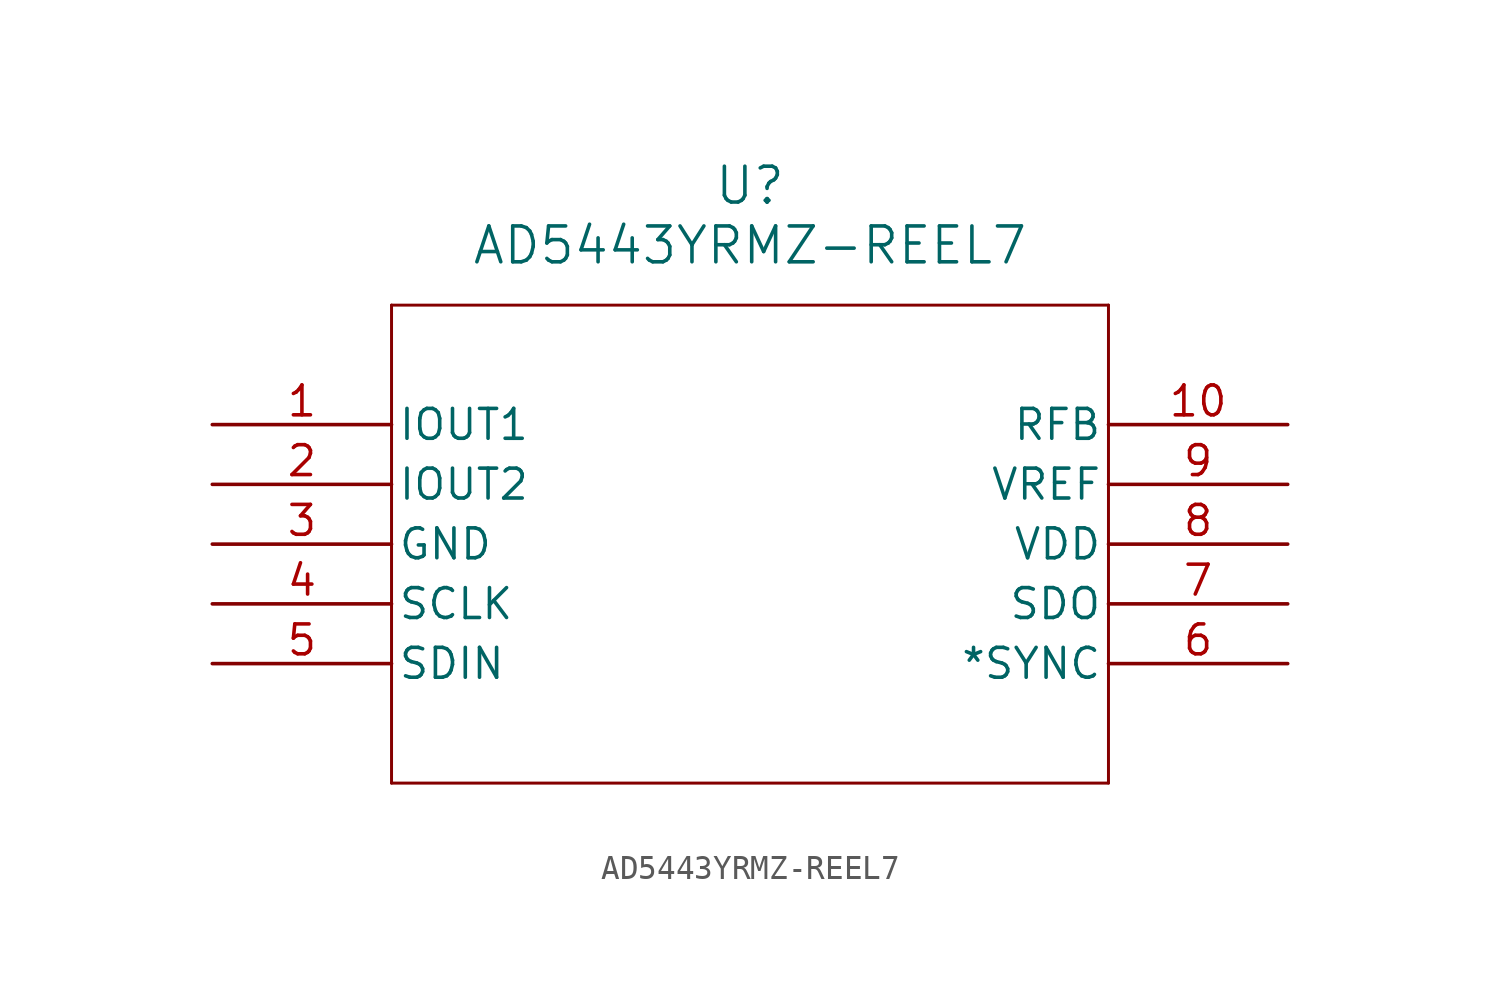
<source format=kicad_sym>
(kicad_symbol_lib
  (version 20211014)
  (generator kicad_symbol_editor)
  (symbol "AD5443YRMZ-REEL7"
    (pin_names
      (offset 0.254))
    (property "Reference" "U"
      (at 22.86 10.16 0)
      (effects (font (size 1.524 1.524))))
    (property "Value" "AD5443YRMZ-REEL7"
      (at 22.86 7.62 0)
      (effects (font (size 1.524 1.524))))
    (symbol "AD5443YRMZ-REEL7_0_1"
      (polyline (pts (xy 7.62 5.08) (xy 7.62 -15.24)) (stroke (width 0.127) (type default) (color 0 0 0 0)) (fill (type none)))
      (polyline (pts (xy 7.62 -15.24) (xy 38.1 -15.24)) (stroke (width 0.127) (type default) (color 0 0 0 0)) (fill (type none)))
      (polyline (pts (xy 38.1 -15.24) (xy 38.1 5.08)) (stroke (width 0.127) (type default) (color 0 0 0 0)) (fill (type none)))
      (polyline (pts (xy 38.1 5.08) (xy 7.62 5.08)) (stroke (width 0.127) (type default) (color 0 0 0 0)) (fill (type none)))
      (pin output line (at 0 0 0) (length 7.62) (name "IOUT1" (effects (font (size 1.27 1.27)))) (number "1" (effects (font (size 1.27 1.27)))))
      (pin output line (at 0 -2.54 0) (length 7.62) (name "IOUT2" (effects (font (size 1.27 1.27)))) (number "2" (effects (font (size 1.27 1.27)))))
      (pin power_out line (at 0 -5.08 0) (length 7.62) (name "GND" (effects (font (size 1.27 1.27)))) (number "3" (effects (font (size 1.27 1.27)))))
      (pin input line (at 0 -7.62 0) (length 7.62) (name "SCLK" (effects (font (size 1.27 1.27)))) (number "4" (effects (font (size 1.27 1.27)))))
      (pin input line (at 0 -10.16 0) (length 7.62) (name "SDIN" (effects (font (size 1.27 1.27)))) (number "5" (effects (font (size 1.27 1.27)))))
      (pin input line (at 45.72 -10.16 180) (length 7.62) (name "*SYNC" (effects (font (size 1.27 1.27)))) (number "6" (effects (font (size 1.27 1.27)))))
      (pin output line (at 45.72 -7.62 180) (length 7.62) (name "SDO" (effects (font (size 1.27 1.27)))) (number "7" (effects (font (size 1.27 1.27)))))
      (pin power_in line (at 45.72 -5.08 180) (length 7.62) (name "VDD" (effects (font (size 1.27 1.27)))) (number "8" (effects (font (size 1.27 1.27)))))
      (pin power_in line (at 45.72 -2.54 180) (length 7.62) (name "VREF" (effects (font (size 1.27 1.27)))) (number "9" (effects (font (size 1.27 1.27)))))
      (pin unspecified line (at 45.72 0 180) (length 7.62) (name "RFB" (effects (font (size 1.27 1.27)))) (number "10" (effects (font (size 1.27 1.27))))))))
</source>
